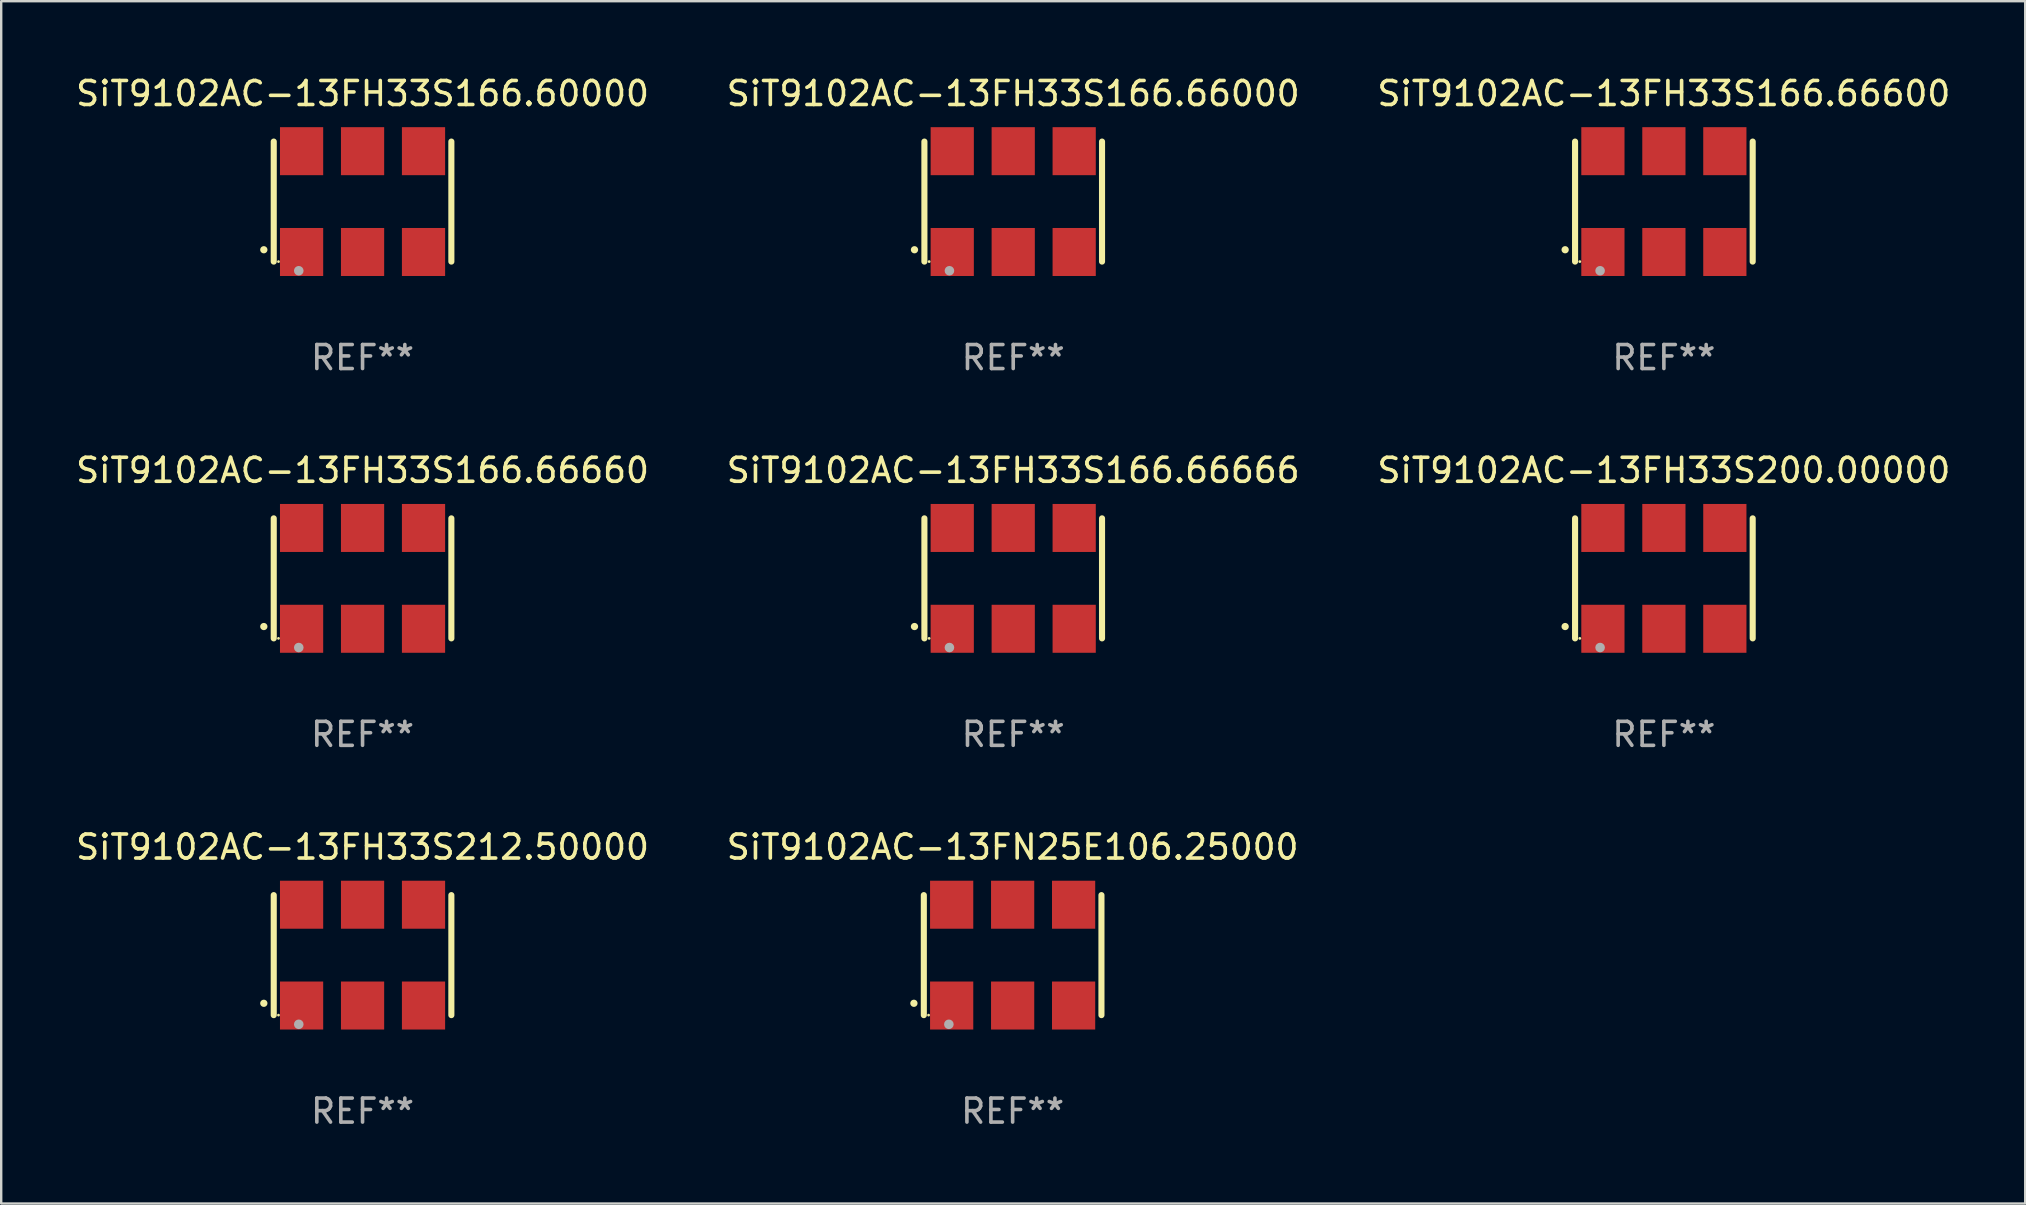
<source format=kicad_pcb>
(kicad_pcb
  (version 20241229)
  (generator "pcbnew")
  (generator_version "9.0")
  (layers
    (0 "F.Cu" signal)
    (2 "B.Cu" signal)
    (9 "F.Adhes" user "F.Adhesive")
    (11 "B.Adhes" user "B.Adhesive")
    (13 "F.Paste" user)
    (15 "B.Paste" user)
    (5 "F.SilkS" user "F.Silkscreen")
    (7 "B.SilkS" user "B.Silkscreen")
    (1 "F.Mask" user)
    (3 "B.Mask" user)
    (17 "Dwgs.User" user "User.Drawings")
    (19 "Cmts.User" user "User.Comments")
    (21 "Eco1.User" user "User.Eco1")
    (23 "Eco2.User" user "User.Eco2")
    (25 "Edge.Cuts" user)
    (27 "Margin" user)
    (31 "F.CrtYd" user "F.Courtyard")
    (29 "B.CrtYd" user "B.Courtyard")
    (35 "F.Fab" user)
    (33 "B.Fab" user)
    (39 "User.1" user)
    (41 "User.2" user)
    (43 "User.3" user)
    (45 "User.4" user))
  (footprint "SiT9102AC-13FH33S212.50000"
    (layer "F.Cu")
    (at 12.054 36.741)
    (property "Reference" "SiT9102AC-13FH33S212.50000" (at 0 -4.5 0) (layer "F.SilkS") (effects (font (size 1 1) (thickness 0.15))))
    (attr through_hole)
    (fp_line (start -3.7 -2.5) (end -3.7 2.5) (stroke (width 0.254) (type solid)) (layer "F.SilkS"))
    (fp_line (start 3.7 -2.5) (end 3.7 2.5) (stroke (width 0.254) (type solid)) (layer "F.SilkS"))
    (fp_arc (start -4.114415 2.006604) (mid -4.113145 2.006599) (end -4.111875 2.006604) (stroke (width 0.3) (type solid)) (layer "F.SilkS"))
    (fp_circle (center -3.502 2.5) (end -3.472 2.5) (stroke (width 0.06) (type solid)) (fill no) (layer "F.SilkS"))
    (fp_circle (center -2.657 2.882) (end -2.557 2.882) (stroke (width 0.2) (type solid)) (fill no) (layer "F.Fab"))
    (fp_text user "REF**" (at 0 6.5 0) (layer "F.Fab") (effects (font (size 1 1) (thickness 0.15))))
    (pad "1" smd rect (at -2.54 2.1) (size 1.8 2) (layers "F.Cu" "F.Mask" "F.Paste"))
    (pad "2" smd rect (at 0.000394 2.1) (size 1.8 2) (layers "F.Cu" "F.Mask" "F.Paste"))
    (pad "3" smd rect (at 2.54 2.1) (size 1.8 2) (layers "F.Cu" "F.Mask" "F.Paste"))
    (pad "4" smd rect (at 2.54 -2.1) (size 1.8 2) (layers "F.Cu" "F.Mask" "F.Paste"))
    (pad "5" smd rect (at 0.000394 -2.1) (size 1.8 2) (layers "F.Cu" "F.Mask" "F.Paste"))
    (pad "6" smd rect (at -2.54 -2.1) (size 1.8 2) (layers "F.Cu" "F.Mask" "F.Paste")))
  (footprint "SiT9102AC-13FH33S166.66600"
    (layer "F.Cu")
    (at 66.268 5.348)
    (property "Reference" "SiT9102AC-13FH33S166.66600" (at 0 -4.5 0) (layer "F.SilkS") (effects (font (size 1 1) (thickness 0.15))))
    (attr through_hole)
    (fp_line (start -3.7 -2.5) (end -3.7 2.5) (stroke (width 0.254) (type solid)) (layer "F.SilkS"))
    (fp_line (start 3.7 -2.5) (end 3.7 2.5) (stroke (width 0.254) (type solid)) (layer "F.SilkS"))
    (fp_arc (start -4.114415 2.006604) (mid -4.113145 2.006599) (end -4.111875 2.006604) (stroke (width 0.3) (type solid)) (layer "F.SilkS"))
    (fp_circle (center -3.502 2.5) (end -3.472 2.5) (stroke (width 0.06) (type solid)) (fill no) (layer "F.SilkS"))
    (fp_circle (center -2.657 2.882) (end -2.557 2.882) (stroke (width 0.2) (type solid)) (fill no) (layer "F.Fab"))
    (fp_text user "REF**" (at 0 6.5 0) (layer "F.Fab") (effects (font (size 1 1) (thickness 0.15))))
    (pad "1" smd rect (at -2.54 2.1) (size 1.8 2) (layers "F.Cu" "F.Mask" "F.Paste"))
    (pad "2" smd rect (at 0.000394 2.1) (size 1.8 2) (layers "F.Cu" "F.Mask" "F.Paste"))
    (pad "3" smd rect (at 2.54 2.1) (size 1.8 2) (layers "F.Cu" "F.Mask" "F.Paste"))
    (pad "4" smd rect (at 2.54 -2.1) (size 1.8 2) (layers "F.Cu" "F.Mask" "F.Paste"))
    (pad "5" smd rect (at 0.000394 -2.1) (size 1.8 2) (layers "F.Cu" "F.Mask" "F.Paste"))
    (pad "6" smd rect (at -2.54 -2.1) (size 1.8 2) (layers "F.Cu" "F.Mask" "F.Paste")))
  (footprint "SiT9102AC-13FH33S166.66000"
    (layer "F.Cu")
    (at 39.161 5.348)
    (property "Reference" "SiT9102AC-13FH33S166.66000" (at 0 -4.5 0) (layer "F.SilkS") (effects (font (size 1 1) (thickness 0.15))))
    (attr through_hole)
    (fp_line (start -3.7 -2.5) (end -3.7 2.5) (stroke (width 0.254) (type solid)) (layer "F.SilkS"))
    (fp_line (start 3.7 -2.5) (end 3.7 2.5) (stroke (width 0.254) (type solid)) (layer "F.SilkS"))
    (fp_arc (start -4.114415 2.006604) (mid -4.113145 2.006599) (end -4.111875 2.006604) (stroke (width 0.3) (type solid)) (layer "F.SilkS"))
    (fp_circle (center -3.502 2.5) (end -3.472 2.5) (stroke (width 0.06) (type solid)) (fill no) (layer "F.SilkS"))
    (fp_circle (center -2.657 2.882) (end -2.557 2.882) (stroke (width 0.2) (type solid)) (fill no) (layer "F.Fab"))
    (fp_text user "REF**" (at 0 6.5 0) (layer "F.Fab") (effects (font (size 1 1) (thickness 0.15))))
    (pad "1" smd rect (at -2.54 2.1) (size 1.8 2) (layers "F.Cu" "F.Mask" "F.Paste"))
    (pad "2" smd rect (at 0.000394 2.1) (size 1.8 2) (layers "F.Cu" "F.Mask" "F.Paste"))
    (pad "3" smd rect (at 2.54 2.1) (size 1.8 2) (layers "F.Cu" "F.Mask" "F.Paste"))
    (pad "4" smd rect (at 2.54 -2.1) (size 1.8 2) (layers "F.Cu" "F.Mask" "F.Paste"))
    (pad "5" smd rect (at 0.000394 -2.1) (size 1.8 2) (layers "F.Cu" "F.Mask" "F.Paste"))
    (pad "6" smd rect (at -2.54 -2.1) (size 1.8 2) (layers "F.Cu" "F.Mask" "F.Paste")))
  (footprint "SiT9102AC-13FH33S166.66660"
    (layer "F.Cu")
    (at 12.054 21.045)
    (property "Reference" "SiT9102AC-13FH33S166.66660" (at 0 -4.5 0) (layer "F.SilkS") (effects (font (size 1 1) (thickness 0.15))))
    (attr through_hole)
    (fp_line (start -3.7 -2.5) (end -3.7 2.5) (stroke (width 0.254) (type solid)) (layer "F.SilkS"))
    (fp_line (start 3.7 -2.5) (end 3.7 2.5) (stroke (width 0.254) (type solid)) (layer "F.SilkS"))
    (fp_arc (start -4.114415 2.006604) (mid -4.113145 2.006599) (end -4.111875 2.006604) (stroke (width 0.3) (type solid)) (layer "F.SilkS"))
    (fp_circle (center -3.502 2.5) (end -3.472 2.5) (stroke (width 0.06) (type solid)) (fill no) (layer "F.SilkS"))
    (fp_circle (center -2.657 2.882) (end -2.557 2.882) (stroke (width 0.2) (type solid)) (fill no) (layer "F.Fab"))
    (fp_text user "REF**" (at 0 6.5 0) (layer "F.Fab") (effects (font (size 1 1) (thickness 0.15))))
    (pad "1" smd rect (at -2.54 2.1) (size 1.8 2) (layers "F.Cu" "F.Mask" "F.Paste"))
    (pad "2" smd rect (at 0.000394 2.1) (size 1.8 2) (layers "F.Cu" "F.Mask" "F.Paste"))
    (pad "3" smd rect (at 2.54 2.1) (size 1.8 2) (layers "F.Cu" "F.Mask" "F.Paste"))
    (pad "4" smd rect (at 2.54 -2.1) (size 1.8 2) (layers "F.Cu" "F.Mask" "F.Paste"))
    (pad "5" smd rect (at 0.000394 -2.1) (size 1.8 2) (layers "F.Cu" "F.Mask" "F.Paste"))
    (pad "6" smd rect (at -2.54 -2.1) (size 1.8 2) (layers "F.Cu" "F.Mask" "F.Paste")))
  (footprint "SiT9102AC-13FH33S166.66666"
    (layer "F.Cu")
    (at 39.161 21.045)
    (property "Reference" "SiT9102AC-13FH33S166.66666" (at 0 -4.5 0) (layer "F.SilkS") (effects (font (size 1 1) (thickness 0.15))))
    (attr through_hole)
    (fp_line (start -3.7 -2.5) (end -3.7 2.5) (stroke (width 0.254) (type solid)) (layer "F.SilkS"))
    (fp_line (start 3.7 -2.5) (end 3.7 2.5) (stroke (width 0.254) (type solid)) (layer "F.SilkS"))
    (fp_arc (start -4.114415 2.006604) (mid -4.113145 2.006599) (end -4.111875 2.006604) (stroke (width 0.3) (type solid)) (layer "F.SilkS"))
    (fp_circle (center -3.502 2.5) (end -3.472 2.5) (stroke (width 0.06) (type solid)) (fill no) (layer "F.SilkS"))
    (fp_circle (center -2.657 2.882) (end -2.557 2.882) (stroke (width 0.2) (type solid)) (fill no) (layer "F.Fab"))
    (fp_text user "REF**" (at 0 6.5 0) (layer "F.Fab") (effects (font (size 1 1) (thickness 0.15))))
    (pad "1" smd rect (at -2.54 2.1) (size 1.8 2) (layers "F.Cu" "F.Mask" "F.Paste"))
    (pad "2" smd rect (at 0.000394 2.1) (size 1.8 2) (layers "F.Cu" "F.Mask" "F.Paste"))
    (pad "3" smd rect (at 2.54 2.1) (size 1.8 2) (layers "F.Cu" "F.Mask" "F.Paste"))
    (pad "4" smd rect (at 2.54 -2.1) (size 1.8 2) (layers "F.Cu" "F.Mask" "F.Paste"))
    (pad "5" smd rect (at 0.000394 -2.1) (size 1.8 2) (layers "F.Cu" "F.Mask" "F.Paste"))
    (pad "6" smd rect (at -2.54 -2.1) (size 1.8 2) (layers "F.Cu" "F.Mask" "F.Paste")))
  (footprint "SiT9102AC-13FN25E106.25000"
    (layer "F.Cu")
    (at 39.137 36.741)
    (property "Reference" "SiT9102AC-13FN25E106.25000" (at 0 -4.5 0) (layer "F.SilkS") (effects (font (size 1 1) (thickness 0.15))))
    (attr through_hole)
    (fp_line (start -3.7 -2.5) (end -3.7 2.5) (stroke (width 0.254) (type solid)) (layer "F.SilkS"))
    (fp_line (start 3.7 -2.5) (end 3.7 2.5) (stroke (width 0.254) (type solid)) (layer "F.SilkS"))
    (fp_arc (start -4.114415 2.006604) (mid -4.113145 2.006599) (end -4.111875 2.006604) (stroke (width 0.3) (type solid)) (layer "F.SilkS"))
    (fp_circle (center -3.502 2.5) (end -3.472 2.5) (stroke (width 0.06) (type solid)) (fill no) (layer "F.SilkS"))
    (fp_circle (center -2.657 2.882) (end -2.557 2.882) (stroke (width 0.2) (type solid)) (fill no) (layer "F.Fab"))
    (fp_text user "REF**" (at 0 6.5 0) (layer "F.Fab") (effects (font (size 1 1) (thickness 0.15))))
    (pad "1" smd rect (at -2.54 2.1) (size 1.8 2) (layers "F.Cu" "F.Mask" "F.Paste"))
    (pad "2" smd rect (at 0.000394 2.1) (size 1.8 2) (layers "F.Cu" "F.Mask" "F.Paste"))
    (pad "3" smd rect (at 2.54 2.1) (size 1.8 2) (layers "F.Cu" "F.Mask" "F.Paste"))
    (pad "4" smd rect (at 2.54 -2.1) (size 1.8 2) (layers "F.Cu" "F.Mask" "F.Paste"))
    (pad "5" smd rect (at 0.000394 -2.1) (size 1.8 2) (layers "F.Cu" "F.Mask" "F.Paste"))
    (pad "6" smd rect (at -2.54 -2.1) (size 1.8 2) (layers "F.Cu" "F.Mask" "F.Paste")))
  (footprint "SiT9102AC-13FH33S200.00000"
    (layer "F.Cu")
    (at 66.268 21.045)
    (property "Reference" "SiT9102AC-13FH33S200.00000" (at 0 -4.5 0) (layer "F.SilkS") (effects (font (size 1 1) (thickness 0.15))))
    (attr through_hole)
    (fp_line (start -3.7 -2.5) (end -3.7 2.5) (stroke (width 0.254) (type solid)) (layer "F.SilkS"))
    (fp_line (start 3.7 -2.5) (end 3.7 2.5) (stroke (width 0.254) (type solid)) (layer "F.SilkS"))
    (fp_arc (start -4.114415 2.006604) (mid -4.113145 2.006599) (end -4.111875 2.006604) (stroke (width 0.3) (type solid)) (layer "F.SilkS"))
    (fp_circle (center -3.502 2.5) (end -3.472 2.5) (stroke (width 0.06) (type solid)) (fill no) (layer "F.SilkS"))
    (fp_circle (center -2.657 2.882) (end -2.557 2.882) (stroke (width 0.2) (type solid)) (fill no) (layer "F.Fab"))
    (fp_text user "REF**" (at 0 6.5 0) (layer "F.Fab") (effects (font (size 1 1) (thickness 0.15))))
    (pad "1" smd rect (at -2.54 2.1) (size 1.8 2) (layers "F.Cu" "F.Mask" "F.Paste"))
    (pad "2" smd rect (at 0.000394 2.1) (size 1.8 2) (layers "F.Cu" "F.Mask" "F.Paste"))
    (pad "3" smd rect (at 2.54 2.1) (size 1.8 2) (layers "F.Cu" "F.Mask" "F.Paste"))
    (pad "4" smd rect (at 2.54 -2.1) (size 1.8 2) (layers "F.Cu" "F.Mask" "F.Paste"))
    (pad "5" smd rect (at 0.000394 -2.1) (size 1.8 2) (layers "F.Cu" "F.Mask" "F.Paste"))
    (pad "6" smd rect (at -2.54 -2.1) (size 1.8 2) (layers "F.Cu" "F.Mask" "F.Paste")))
  (footprint "SiT9102AC-13FH33S166.60000"
    (layer "F.Cu")
    (at 12.054 5.348)
    (property "Reference" "SiT9102AC-13FH33S166.60000" (at 0 -4.5 0) (layer "F.SilkS") (effects (font (size 1 1) (thickness 0.15))))
    (attr through_hole)
    (fp_line (start -3.7 -2.5) (end -3.7 2.5) (stroke (width 0.254) (type solid)) (layer "F.SilkS"))
    (fp_line (start 3.7 -2.5) (end 3.7 2.5) (stroke (width 0.254) (type solid)) (layer "F.SilkS"))
    (fp_arc (start -4.114415 2.006604) (mid -4.113145 2.006599) (end -4.111875 2.006604) (stroke (width 0.3) (type solid)) (layer "F.SilkS"))
    (fp_circle (center -3.502 2.5) (end -3.472 2.5) (stroke (width 0.06) (type solid)) (fill no) (layer "F.SilkS"))
    (fp_circle (center -2.657 2.882) (end -2.557 2.882) (stroke (width 0.2) (type solid)) (fill no) (layer "F.Fab"))
    (fp_text user "REF**" (at 0 6.5 0) (layer "F.Fab") (effects (font (size 1 1) (thickness 0.15))))
    (pad "1" smd rect (at -2.54 2.1) (size 1.8 2) (layers "F.Cu" "F.Mask" "F.Paste"))
    (pad "2" smd rect (at 0.000394 2.1) (size 1.8 2) (layers "F.Cu" "F.Mask" "F.Paste"))
    (pad "3" smd rect (at 2.54 2.1) (size 1.8 2) (layers "F.Cu" "F.Mask" "F.Paste"))
    (pad "4" smd rect (at 2.54 -2.1) (size 1.8 2) (layers "F.Cu" "F.Mask" "F.Paste"))
    (pad "5" smd rect (at 0.000394 -2.1) (size 1.8 2) (layers "F.Cu" "F.Mask" "F.Paste"))
    (pad "6" smd rect (at -2.54 -2.1) (size 1.8 2) (layers "F.Cu" "F.Mask" "F.Paste")))
  (gr_rect
    (start -3 -3)
    (end 81.321 47.09)
    (stroke (width 0.1) (type default))
    (fill no)
    (layer "Edge.Cuts")))
</source>
